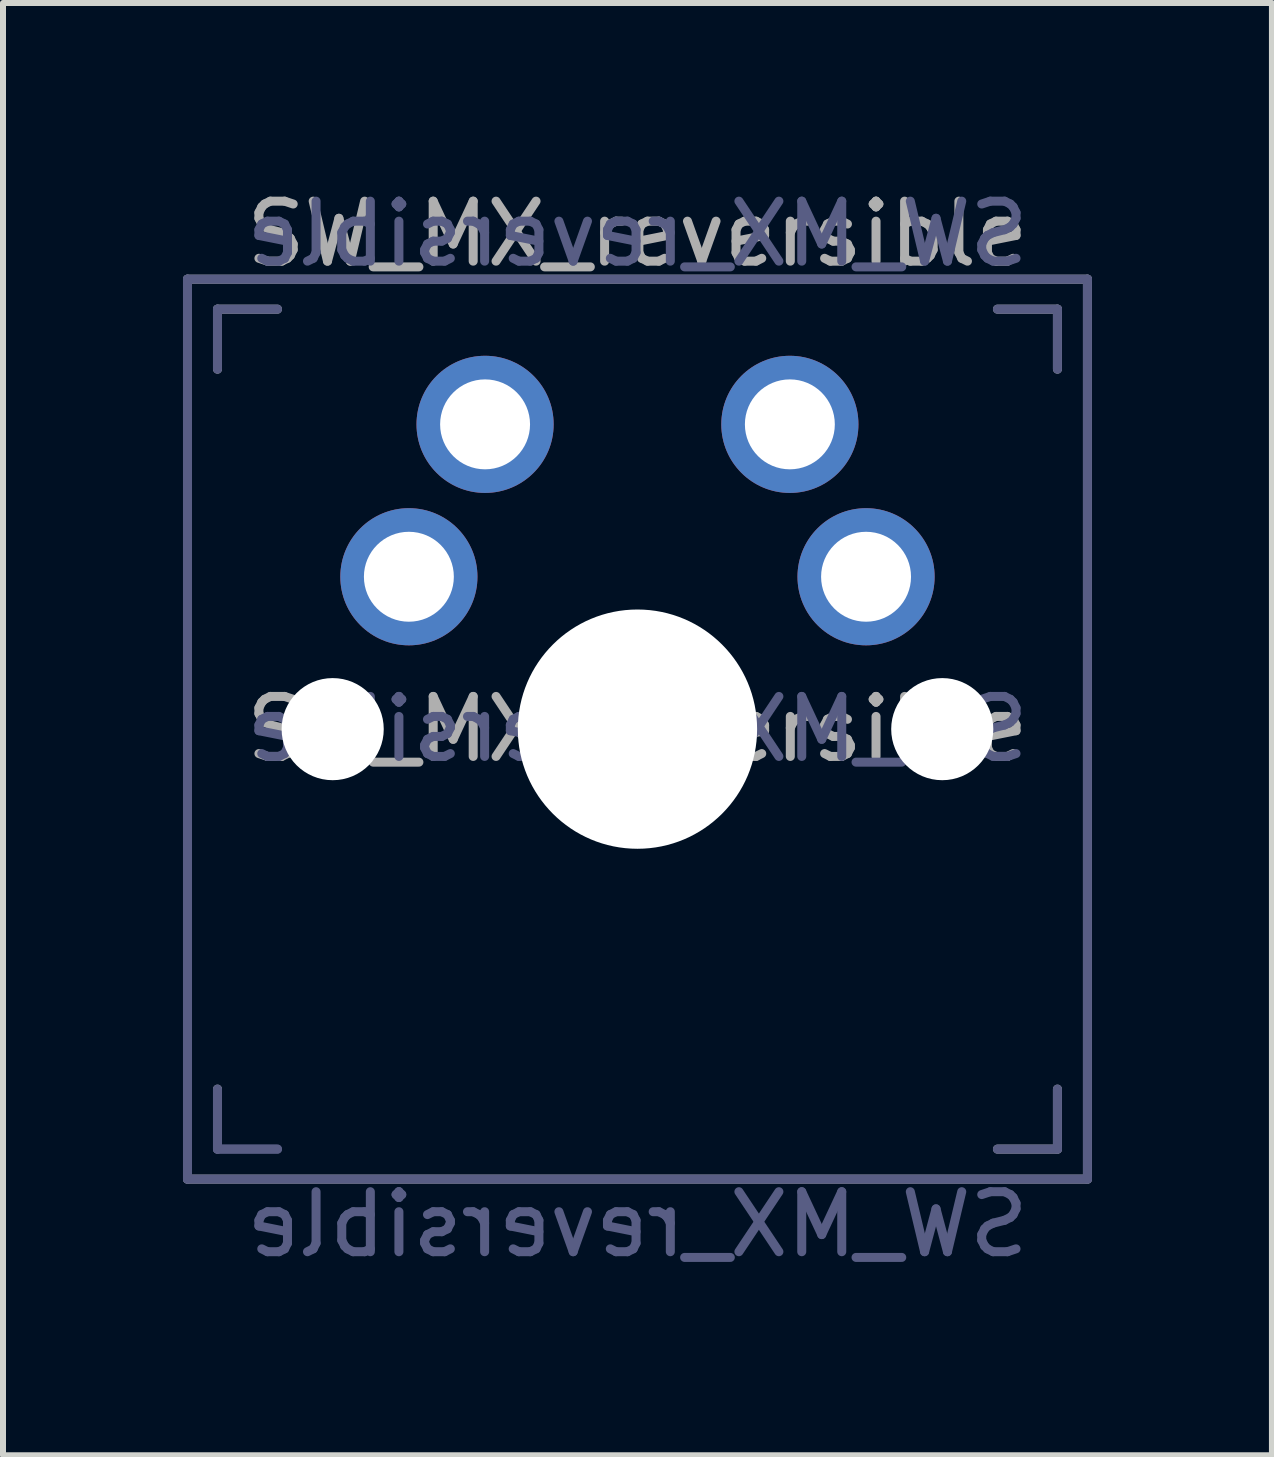
<source format=kicad_pcb>
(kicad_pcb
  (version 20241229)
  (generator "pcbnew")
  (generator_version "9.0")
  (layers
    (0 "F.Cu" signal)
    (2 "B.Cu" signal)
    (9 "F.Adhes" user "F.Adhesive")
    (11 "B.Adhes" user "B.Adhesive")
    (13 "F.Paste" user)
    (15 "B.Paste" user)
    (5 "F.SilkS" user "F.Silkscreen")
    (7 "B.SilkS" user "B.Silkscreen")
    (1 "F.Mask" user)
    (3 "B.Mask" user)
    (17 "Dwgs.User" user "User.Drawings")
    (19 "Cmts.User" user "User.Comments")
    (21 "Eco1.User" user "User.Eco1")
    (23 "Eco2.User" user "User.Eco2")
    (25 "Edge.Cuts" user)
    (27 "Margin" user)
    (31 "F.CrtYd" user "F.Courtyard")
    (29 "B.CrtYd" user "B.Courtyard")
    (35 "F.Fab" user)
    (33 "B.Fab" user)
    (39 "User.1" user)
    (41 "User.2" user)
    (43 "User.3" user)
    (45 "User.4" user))
  (footprint "SW_MX_reversible"
    (layer "F.Cu")
    (at 7.575 9.103)
    (property "Reference" "SW_MX_reversible" (at 0 -8.255 0) (layer "F.Fab") (effects (font (size 1 1) (thickness 0.15))))
    (property "Value" "SW_MX_reversible" (at 0 8.255 0) (layer "F.Fab") (hide yes) (effects (font (size 1 1) (thickness 0.15))))
    (attr through_hole)
    (fp_line (start -6.9 6.9) (end -6.9 -6.9) (stroke (width 0.15) (type solid)) (layer "Eco2.User"))
    (fp_line (start -6.9 6.9) (end 6.9 6.9) (stroke (width 0.15) (type solid)) (layer "Eco2.User"))
    (fp_line (start 6.9 -6.9) (end -6.9 -6.9) (stroke (width 0.15) (type solid)) (layer "Eco2.User"))
    (fp_line (start 6.9 -6.9) (end 6.9 6.9) (stroke (width 0.15) (type solid)) (layer "Eco2.User"))
    (fp_line (start -7.5 -7.5) (end 7.5 -7.5) (stroke (width 0.15) (type solid)) (layer "B.Fab"))
    (fp_line (start -7.5 7.5) (end -7.5 -7.5) (stroke (width 0.15) (type solid)) (layer "B.Fab"))
    (fp_line (start -7 -7) (end -6 -7) (stroke (width 0.15) (type solid)) (layer "B.Fab"))
    (fp_line (start -7 -6) (end -7 -7) (stroke (width 0.15) (type solid)) (layer "B.Fab"))
    (fp_line (start -7 7) (end -7 6) (stroke (width 0.15) (type solid)) (layer "B.Fab"))
    (fp_line (start -6 7) (end -7 7) (stroke (width 0.15) (type solid)) (layer "B.Fab"))
    (fp_line (start -6 7) (end -7 7) (stroke (width 0.15) (type solid)) (layer "B.Fab"))
    (fp_line (start 6 -7) (end 7 -7) (stroke (width 0.15) (type solid)) (layer "B.Fab"))
    (fp_line (start 7 -7) (end 7 -6) (stroke (width 0.15) (type solid)) (layer "B.Fab"))
    (fp_line (start 7 6) (end 7 7) (stroke (width 0.15) (type solid)) (layer "B.Fab"))
    (fp_line (start 7 7) (end 6 7) (stroke (width 0.15) (type solid)) (layer "B.Fab"))
    (fp_line (start 7.5 -7.5) (end 7.5 7.5) (stroke (width 0.15) (type solid)) (layer "B.Fab"))
    (fp_line (start 7.5 7.5) (end -7.5 7.5) (stroke (width 0.15) (type solid)) (layer "B.Fab"))
    (fp_line (start -7.5 -7.5) (end 7.5 -7.5) (stroke (width 0.15) (type solid)) (layer "F.Fab"))
    (fp_line (start -7.5 7.5) (end -7.5 -7.5) (stroke (width 0.15) (type solid)) (layer "F.Fab"))
    (fp_line (start -7 -7) (end -6 -7) (stroke (width 0.15) (type solid)) (layer "F.Fab"))
    (fp_line (start -7 -6) (end -7 -7) (stroke (width 0.15) (type solid)) (layer "F.Fab"))
    (fp_line (start -7 7) (end -7 6) (stroke (width 0.15) (type solid)) (layer "F.Fab"))
    (fp_line (start 6 -7) (end 7 -7) (stroke (width 0.15) (type solid)) (layer "F.Fab"))
    (fp_line (start 7 -7) (end 7 -6) (stroke (width 0.15) (type solid)) (layer "F.Fab"))
    (fp_line (start 7 6) (end 7 7) (stroke (width 0.15) (type solid)) (layer "F.Fab"))
    (fp_line (start 7 7) (end 6 7) (stroke (width 0.15) (type solid)) (layer "F.Fab"))
    (fp_line (start 7.5 -7.5) (end 7.5 7.5) (stroke (width 0.15) (type solid)) (layer "F.Fab"))
    (fp_line (start 7.5 7.5) (end -7.5 7.5) (stroke (width 0.15) (type solid)) (layer "F.Fab"))
    (fp_text user "${REFERENCE}" (at 0 0 0) (layer "B.Fab") (effects (font (size 1 1) (thickness 0.15)) (justify mirror)))
    (fp_text user "${VALUE}" (at 0 8.255 0) (layer "B.Fab") (effects (font (size 1 1) (thickness 0.15)) (justify mirror)))
    (fp_text user "${REFERENCE}" (at 0 -8.255 0) (layer "B.Fab") (effects (font (size 1 1) (thickness 0.15)) (justify mirror)))
    (fp_text user "${REFERENCE}" (at 0 0 0) (layer "F.Fab") (effects (font (size 1 1) (thickness 0.15))))
    (pad "" np_thru_hole circle (at -5.08 0) (size 1.702 1.702) (drill 1.702) (layers "*.Cu" "*.Mask"))
    (pad "" np_thru_hole circle (at 0 0) (size 3.988 3.988) (drill 3.988) (layers "*.Cu" "*.Mask"))
    (pad "" np_thru_hole circle (at 5.08 0) (size 1.702 1.702) (drill 1.702) (layers "*.Cu" "*.Mask"))
    (pad "1" thru_hole circle (at -3.81 -2.54) (size 2.286 2.286) (drill 1.499) (layers "*.Cu" "*.Mask"))
    (pad "1" thru_hole circle (at -2.54 -5.08) (size 2.286 2.286) (drill 1.499) (layers "*.Cu" "*.Mask"))
    (pad "2" thru_hole circle (at 2.54 -5.08) (size 2.286 2.286) (drill 1.499) (layers "*.Cu" "*.Mask"))
    (pad "2" thru_hole circle (at 3.81 -2.54) (size 2.286 2.286) (drill 1.499) (layers "*.Cu" "*.Mask")))
  (gr_rect
    (start -3 -3)
    (end 18.15 21.206)
    (stroke (width 0.1) (type default))
    (fill no)
    (layer "Edge.Cuts")))
</source>
